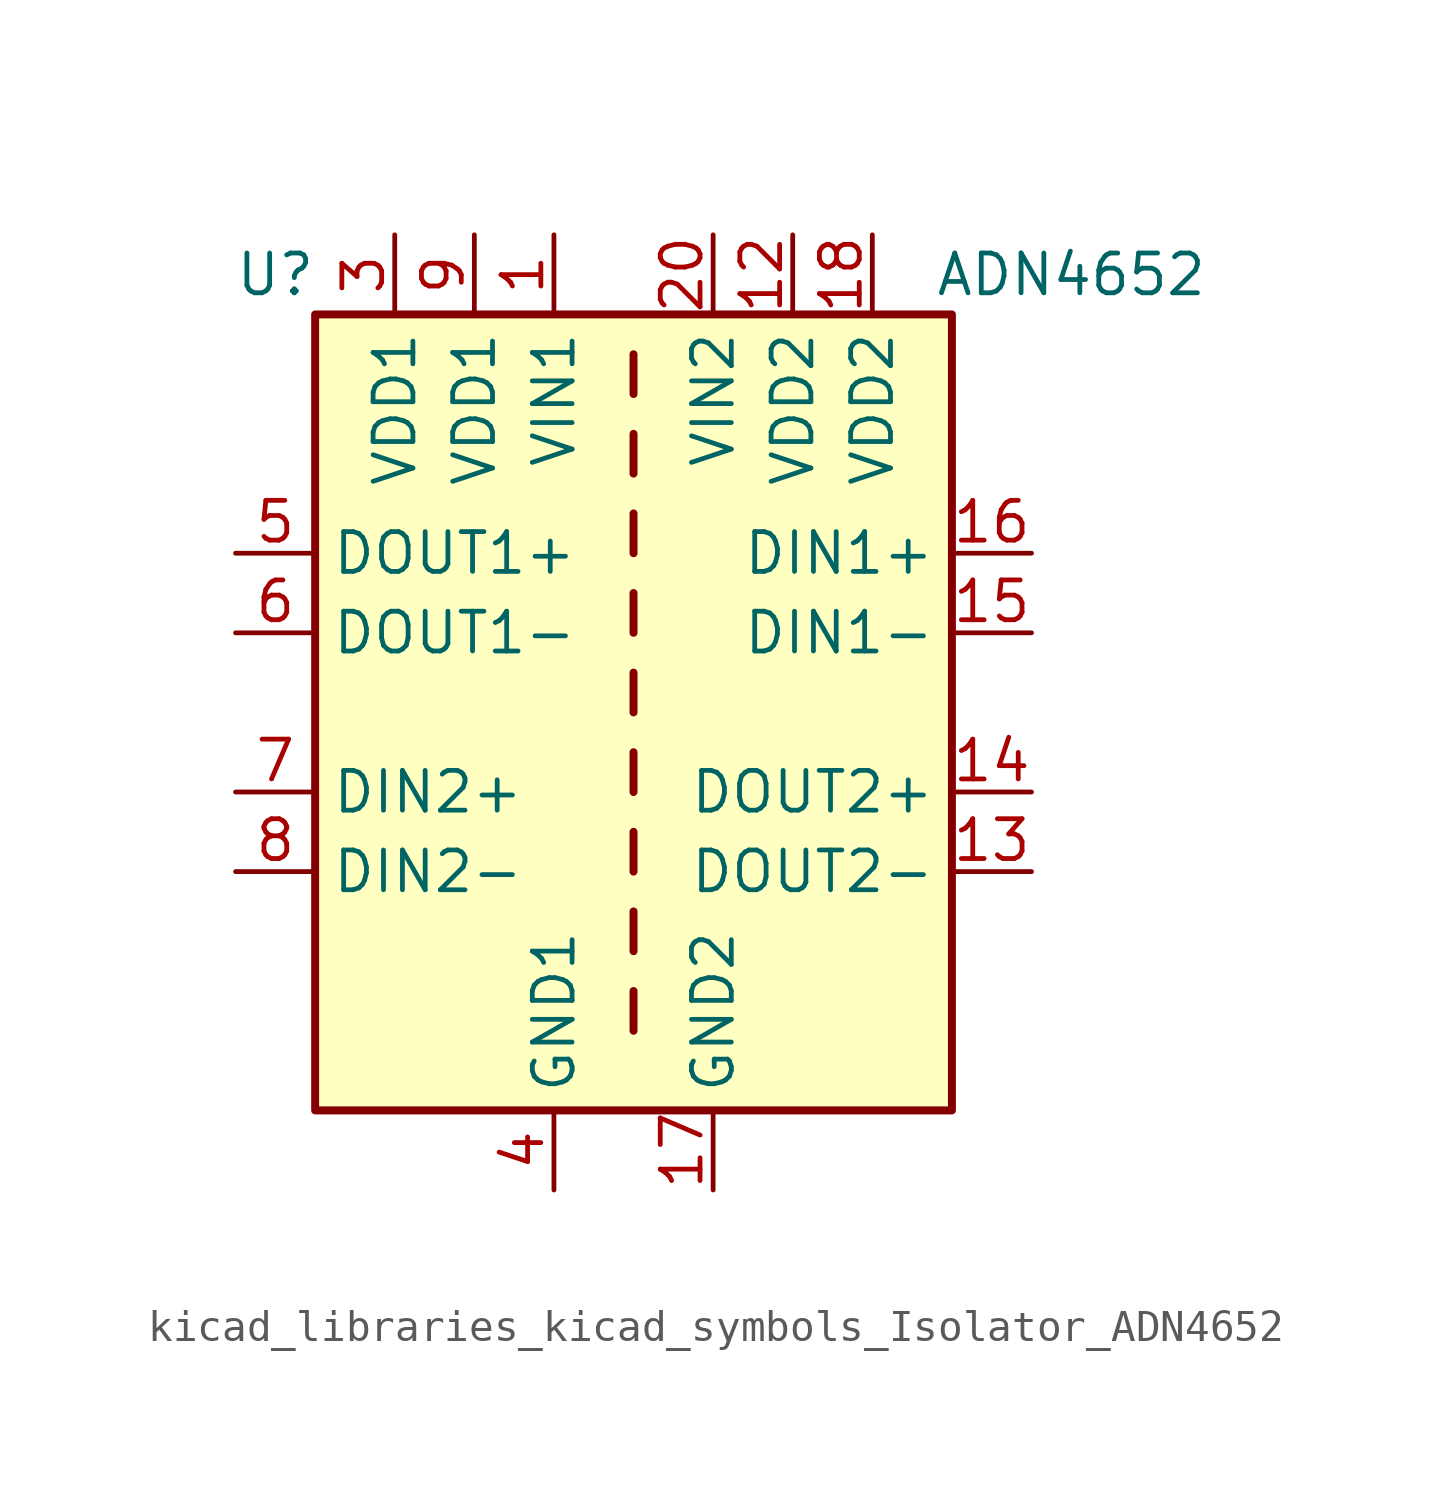
<source format=kicad_sym>
(kicad_symbol_lib
  (version 20220914)
  (generator kicad_symbol_editor)
  (symbol "kicad_libraries_kicad_symbols_Isolator_ADN4652"
    (property "Reference" "U"
      (at -11.43 13.97 0)
      (effects (font (size 1.27 1.27))))
    (property "Value" "ADN4652"
      (at 13.97 13.97 0)
      (effects (font (size 1.27 1.27))))
    (symbol "kicad_libraries_kicad_symbols_Isolator_ADN4652_0_0"
      (pin power_in line (at 5.08 15.24 270) (length 2.54) (name "VDD2" (effects (font (size 1.27 1.27)))) (number "12" (effects (font (size 1.27 1.27)))))
      (pin power_in line (at -5.08 15.24 270) (length 2.54) (name "VDD1" (effects (font (size 1.27 1.27)))) (number "9" (effects (font (size 1.27 1.27))))))
    (symbol "kicad_libraries_kicad_symbols_Isolator_ADN4652_0_1"
      (rectangle (start -10.16 12.7) (end 10.16 -12.7) (stroke (width 0.254) (type default)) (fill (type background)))
      (polyline (pts (xy 0 -8.89) (xy 0 -10.16)) (stroke (width 0.254) (type default)) (fill (type none)))
      (polyline (pts (xy 0 -6.35) (xy 0 -7.62)) (stroke (width 0.254) (type default)) (fill (type none)))
      (polyline (pts (xy 0 -3.81) (xy 0 -5.08)) (stroke (width 0.254) (type default)) (fill (type none)))
      (polyline (pts (xy 0 -1.27) (xy 0 -2.54)) (stroke (width 0.254) (type default)) (fill (type none)))
      (polyline (pts (xy 0 1.27) (xy 0 0)) (stroke (width 0.254) (type default)) (fill (type none)))
      (polyline (pts (xy 0 3.81) (xy 0 2.54)) (stroke (width 0.254) (type default)) (fill (type none)))
      (polyline (pts (xy 0 6.35) (xy 0 5.08)) (stroke (width 0.254) (type default)) (fill (type none)))
      (polyline (pts (xy 0 8.89) (xy 0 7.62)) (stroke (width 0.254) (type default)) (fill (type none)))
      (polyline (pts (xy 0 11.43) (xy 0 10.16)) (stroke (width 0.254) (type default)) (fill (type none))))
    (symbol "kicad_libraries_kicad_symbols_Isolator_ADN4652_1_1"
      (pin power_in line (at -2.54 15.24 270) (length 2.54) (name "VIN1" (effects (font (size 1.27 1.27)))) (number "1" (effects (font (size 1.27 1.27)))))
      (pin passive line (at -2.54 -15.24 90) (length 2.54) hide (name "GND1" (effects (font (size 1.27 1.27)))) (number "10" (effects (font (size 1.27 1.27)))))
      (pin passive line (at 2.54 -15.24 90) (length 2.54) hide (name "GND2" (effects (font (size 1.27 1.27)))) (number "11" (effects (font (size 1.27 1.27)))))
      (pin output line (at 12.7 -5.08 180) (length 2.54) (name "DOUT2-" (effects (font (size 1.27 1.27)))) (number "13" (effects (font (size 1.27 1.27)))))
      (pin output line (at 12.7 -2.54 180) (length 2.54) (name "DOUT2+" (effects (font (size 1.27 1.27)))) (number "14" (effects (font (size 1.27 1.27)))))
      (pin input line (at 12.7 2.54 180) (length 2.54) (name "DIN1-" (effects (font (size 1.27 1.27)))) (number "15" (effects (font (size 1.27 1.27)))))
      (pin input line (at 12.7 5.08 180) (length 2.54) (name "DIN1+" (effects (font (size 1.27 1.27)))) (number "16" (effects (font (size 1.27 1.27)))))
      (pin power_in line (at 2.54 -15.24 90) (length 2.54) (name "GND2" (effects (font (size 1.27 1.27)))) (number "17" (effects (font (size 1.27 1.27)))))
      (pin power_in line (at 7.62 15.24 270) (length 2.54) (name "VDD2" (effects (font (size 1.27 1.27)))) (number "18" (effects (font (size 1.27 1.27)))))
      (pin passive line (at 2.54 -15.24 90) (length 2.54) hide (name "GND2" (effects (font (size 1.27 1.27)))) (number "19" (effects (font (size 1.27 1.27)))))
      (pin passive line (at -2.54 -15.24 90) (length 2.54) hide (name "GND1" (effects (font (size 1.27 1.27)))) (number "2" (effects (font (size 1.27 1.27)))))
      (pin power_in line (at 2.54 15.24 270) (length 2.54) (name "VIN2" (effects (font (size 1.27 1.27)))) (number "20" (effects (font (size 1.27 1.27)))))
      (pin power_in line (at -7.62 15.24 270) (length 2.54) (name "VDD1" (effects (font (size 1.27 1.27)))) (number "3" (effects (font (size 1.27 1.27)))))
      (pin power_in line (at -2.54 -15.24 90) (length 2.54) (name "GND1" (effects (font (size 1.27 1.27)))) (number "4" (effects (font (size 1.27 1.27)))))
      (pin output line (at -12.7 5.08 0) (length 2.54) (name "DOUT1+" (effects (font (size 1.27 1.27)))) (number "5" (effects (font (size 1.27 1.27)))))
      (pin output line (at -12.7 2.54 0) (length 2.54) (name "DOUT1-" (effects (font (size 1.27 1.27)))) (number "6" (effects (font (size 1.27 1.27)))))
      (pin input line (at -12.7 -2.54 0) (length 2.54) (name "DIN2+" (effects (font (size 1.27 1.27)))) (number "7" (effects (font (size 1.27 1.27)))))
      (pin input line (at -12.7 -5.08 0) (length 2.54) (name "DIN2-" (effects (font (size 1.27 1.27)))) (number "8" (effects (font (size 1.27 1.27))))))))
</source>
